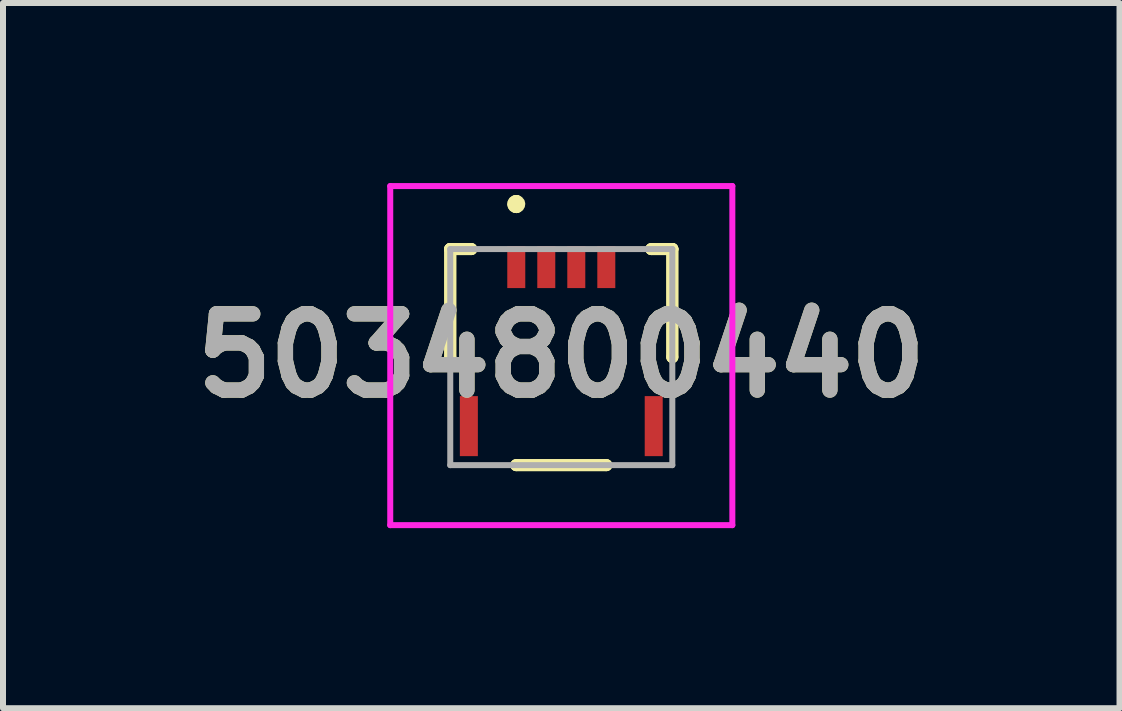
<source format=kicad_pcb>
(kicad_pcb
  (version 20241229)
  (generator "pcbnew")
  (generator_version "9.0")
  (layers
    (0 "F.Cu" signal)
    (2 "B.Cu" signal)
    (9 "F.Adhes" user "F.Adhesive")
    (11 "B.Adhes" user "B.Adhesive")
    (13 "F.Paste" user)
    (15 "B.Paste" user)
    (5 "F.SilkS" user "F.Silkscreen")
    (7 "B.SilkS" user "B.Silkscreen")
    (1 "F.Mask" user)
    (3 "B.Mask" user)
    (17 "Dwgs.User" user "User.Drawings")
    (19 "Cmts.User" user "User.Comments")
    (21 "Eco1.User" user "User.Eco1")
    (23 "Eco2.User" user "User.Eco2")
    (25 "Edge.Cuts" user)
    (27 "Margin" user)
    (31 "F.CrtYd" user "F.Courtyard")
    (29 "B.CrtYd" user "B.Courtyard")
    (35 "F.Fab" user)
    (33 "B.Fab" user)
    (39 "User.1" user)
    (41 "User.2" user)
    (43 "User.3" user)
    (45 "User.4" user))
  (footprint "5034800440"
    (layer "F.Cu")
    (at 6.302 2.9)
    (property "Reference" "5034800440" (at 0 -0.025 0) (layer "F.SilkS") (effects (font (size 1.27 1.27) (thickness 0.254))))
    (attr smd)
    (fp_line (start -1.85 -1.8) (end -1.85 -1.8) (stroke (width 0.2) (type solid)) (layer "F.SilkS"))
    (fp_line (start -1.85 -1.8) (end -1.85 -1.8) (stroke (width 0.2) (type solid)) (layer "F.SilkS"))
    (fp_line (start -1.85 -1.8) (end -1.85 0) (stroke (width 0.2) (type solid)) (layer "F.SilkS"))
    (fp_line (start -1.85 -1.8) (end -1.5 -1.8) (stroke (width 0.2) (type solid)) (layer "F.SilkS"))
    (fp_line (start -1.85 0) (end -1.85 -1.8) (stroke (width 0.2) (type solid)) (layer "F.SilkS"))
    (fp_line (start -1.85 0) (end -1.85 0) (stroke (width 0.2) (type solid)) (layer "F.SilkS"))
    (fp_line (start -1.5 -1.8) (end -1.85 -1.8) (stroke (width 0.2) (type solid)) (layer "F.SilkS"))
    (fp_line (start -1.5 -1.8) (end -1.5 -1.8) (stroke (width 0.2) (type solid)) (layer "F.SilkS"))
    (fp_line (start -0.75 -2.6) (end -0.75 -2.6) (stroke (width 0.2) (type solid)) (layer "F.SilkS"))
    (fp_line (start -0.75 -2.6) (end -0.75 -2.6) (stroke (width 0.2) (type solid)) (layer "F.SilkS"))
    (fp_line (start -0.75 -2.5) (end -0.75 -2.5) (stroke (width 0.2) (type solid)) (layer "F.SilkS"))
    (fp_line (start -0.75 1.8) (end -0.75 1.8) (stroke (width 0.2) (type solid)) (layer "F.SilkS"))
    (fp_line (start -0.75 1.8) (end 0.75 1.8) (stroke (width 0.2) (type solid)) (layer "F.SilkS"))
    (fp_line (start 0.75 1.8) (end -0.75 1.8) (stroke (width 0.2) (type solid)) (layer "F.SilkS"))
    (fp_line (start 0.75 1.8) (end 0.75 1.8) (stroke (width 0.2) (type solid)) (layer "F.SilkS"))
    (fp_line (start 1.5 -1.8) (end 1.5 -1.8) (stroke (width 0.2) (type solid)) (layer "F.SilkS"))
    (fp_line (start 1.5 -1.8) (end 1.85 -1.8) (stroke (width 0.2) (type solid)) (layer "F.SilkS"))
    (fp_line (start 1.85 -1.8) (end 1.5 -1.8) (stroke (width 0.2) (type solid)) (layer "F.SilkS"))
    (fp_line (start 1.85 -1.8) (end 1.85 -1.8) (stroke (width 0.2) (type solid)) (layer "F.SilkS"))
    (fp_line (start 1.85 -1.8) (end 1.85 -1.8) (stroke (width 0.2) (type solid)) (layer "F.SilkS"))
    (fp_line (start 1.85 -1.8) (end 1.85 0) (stroke (width 0.2) (type solid)) (layer "F.SilkS"))
    (fp_line (start 1.85 0) (end 1.85 -1.8) (stroke (width 0.2) (type solid)) (layer "F.SilkS"))
    (fp_line (start 1.85 0) (end 1.85 0) (stroke (width 0.2) (type solid)) (layer "F.SilkS"))
    (fp_arc (start -0.75 -2.6) (mid -0.7 -2.55) (end -0.75 -2.5) (stroke (width 0.2) (type solid)) (layer "F.SilkS"))
    (fp_arc (start -0.75 -2.5) (mid -0.8 -2.55) (end -0.75 -2.6) (stroke (width 0.2) (type solid)) (layer "F.SilkS"))
    (fp_arc (start -0.75 -2.5) (mid -0.8 -2.55) (end -0.75 -2.6) (stroke (width 0.2) (type solid)) (layer "F.SilkS"))
    (fp_line (start -2.85 -2.85) (end 2.85 -2.85) (stroke (width 0.1) (type solid)) (layer "F.CrtYd"))
    (fp_line (start -2.85 2.8) (end -2.85 -2.85) (stroke (width 0.1) (type solid)) (layer "F.CrtYd"))
    (fp_line (start 2.85 -2.85) (end 2.85 2.8) (stroke (width 0.1) (type solid)) (layer "F.CrtYd"))
    (fp_line (start 2.85 2.8) (end -2.85 2.8) (stroke (width 0.1) (type solid)) (layer "F.CrtYd"))
    (fp_line (start -1.85 -1.8) (end -1.85 1.8) (stroke (width 0.1) (type solid)) (layer "F.Fab"))
    (fp_line (start -1.85 1.8) (end 1.85 1.8) (stroke (width 0.1) (type solid)) (layer "F.Fab"))
    (fp_line (start 1.85 -1.8) (end -1.85 -1.8) (stroke (width 0.1) (type solid)) (layer "F.Fab"))
    (fp_line (start 1.85 1.8) (end 1.85 -1.8) (stroke (width 0.1) (type solid)) (layer "F.Fab"))
    (fp_text user "${REFERENCE}" (at 0 -0.025 0) (layer "F.Fab") (effects (font (size 1.27 1.27) (thickness 0.254))))
    (pad "1" smd rect (at -0.75 -1.5) (size 0.3 0.7) (layers "F.Cu" "F.Mask" "F.Paste"))
    (pad "2" smd rect (at -0.25 -1.5) (size 0.3 0.7) (layers "F.Cu" "F.Mask" "F.Paste"))
    (pad "3" smd rect (at 0.25 -1.5) (size 0.3 0.7) (layers "F.Cu" "F.Mask" "F.Paste"))
    (pad "4" smd rect (at 0.75 -1.5) (size 0.3 0.7) (layers "F.Cu" "F.Mask" "F.Paste"))
    (pad "MP1" smd rect (at -1.54 1.15) (size 0.3 1) (layers "F.Cu" "F.Mask" "F.Paste"))
    (pad "MP2" smd rect (at 1.54 1.15) (size 0.3 1) (layers "F.Cu" "F.Mask" "F.Paste")))
  (gr_rect
    (start -3 -3)
    (end 15.603 8.75)
    (stroke (width 0.1) (type default))
    (fill no)
    (layer "Edge.Cuts")))
</source>
